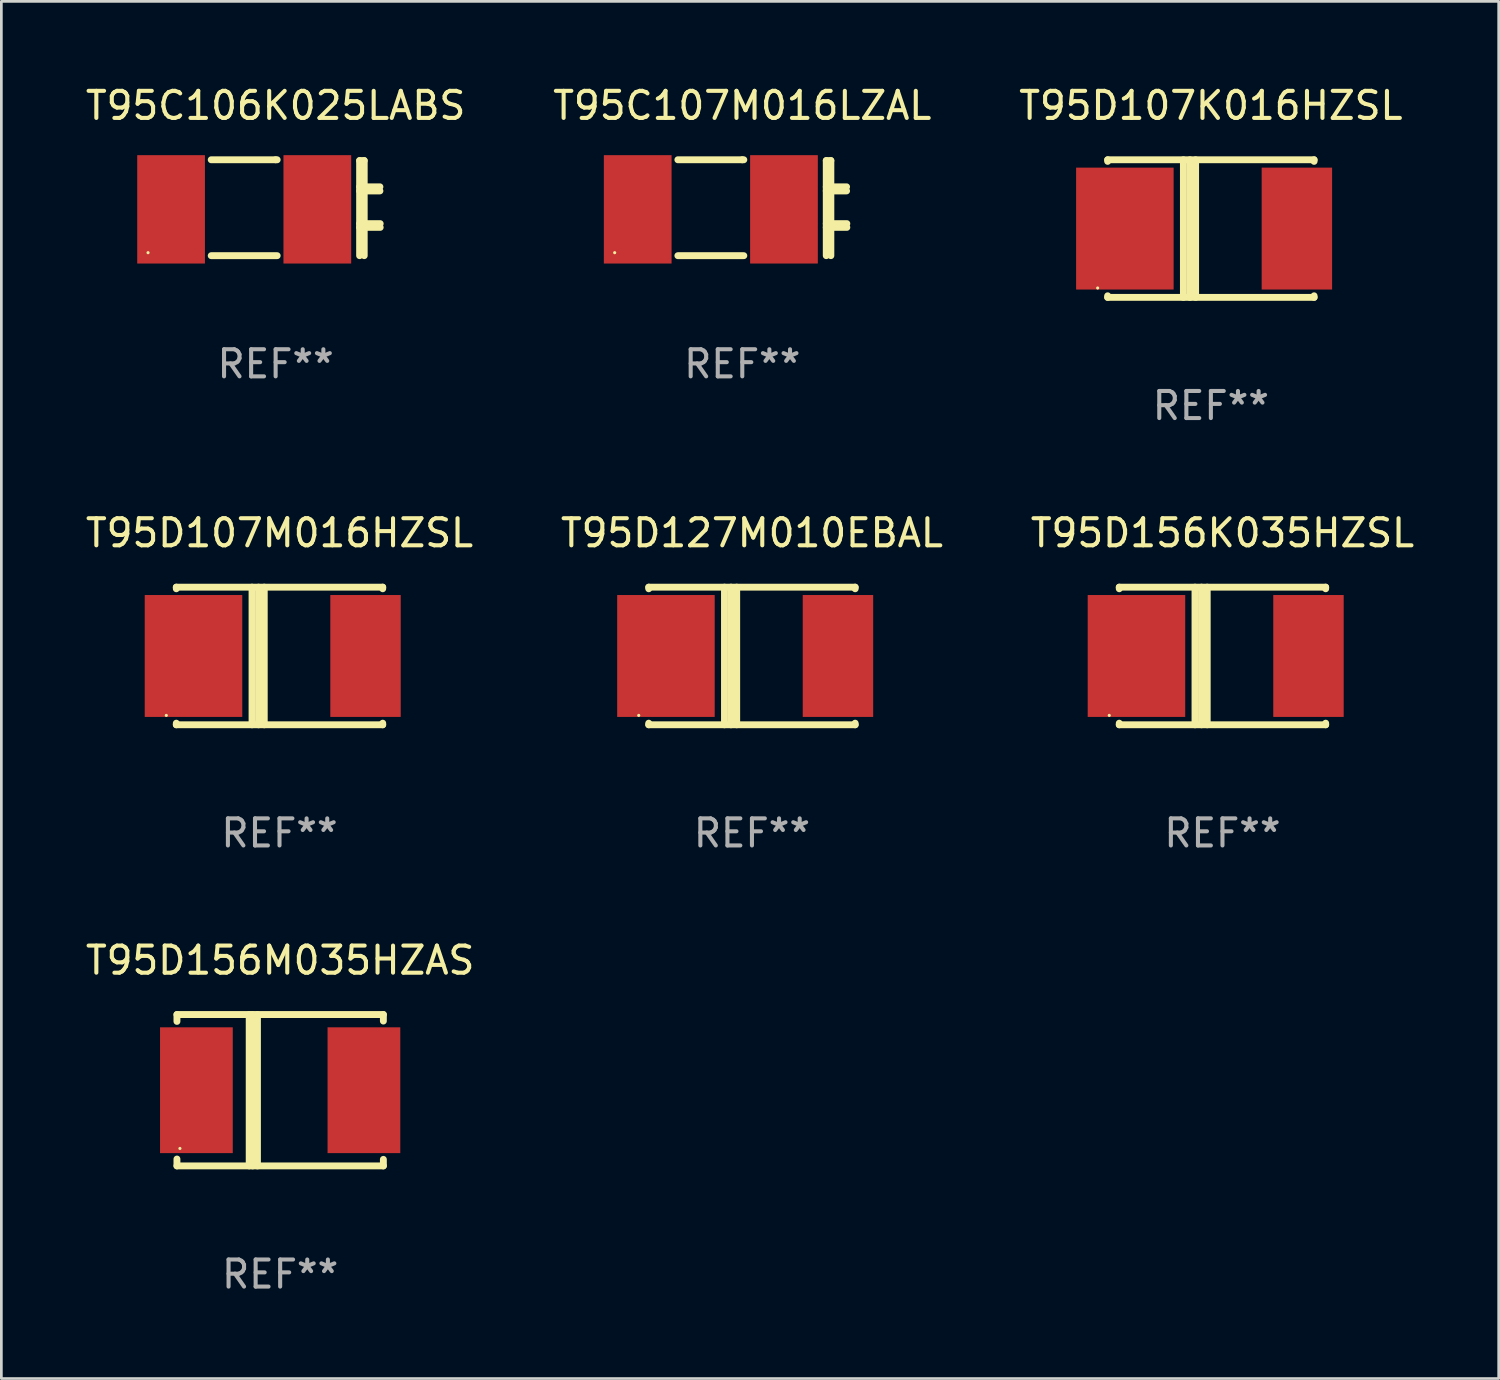
<source format=kicad_pcb>
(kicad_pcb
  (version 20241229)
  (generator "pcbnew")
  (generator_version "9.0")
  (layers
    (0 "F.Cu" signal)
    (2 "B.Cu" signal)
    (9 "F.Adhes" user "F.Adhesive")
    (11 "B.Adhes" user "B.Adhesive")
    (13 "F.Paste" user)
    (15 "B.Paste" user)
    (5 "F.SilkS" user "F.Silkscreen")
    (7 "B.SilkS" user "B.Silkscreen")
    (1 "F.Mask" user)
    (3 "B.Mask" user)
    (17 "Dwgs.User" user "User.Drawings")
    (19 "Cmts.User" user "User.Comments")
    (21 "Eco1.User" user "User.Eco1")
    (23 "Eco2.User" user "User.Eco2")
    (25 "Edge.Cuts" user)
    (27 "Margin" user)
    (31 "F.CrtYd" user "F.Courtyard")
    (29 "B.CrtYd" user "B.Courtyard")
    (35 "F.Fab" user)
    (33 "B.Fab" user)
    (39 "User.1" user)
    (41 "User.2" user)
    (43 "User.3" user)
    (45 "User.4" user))
  (footprint "T95C106K025LABS"
    (layer "F.Cu")
    (at 7.125 4.618)
    (property "Reference" "T95C106K025LABS" (at 0 -3.77 0) (layer "F.SilkS") (effects (font (size 1 1) (thickness 0.15))))
    (attr through_hole)
    (fp_line (start -2.378 -1.77) (end -0.000495 -1.77) (stroke (width 0.254) (type solid)) (layer "F.SilkS"))
    (fp_line (start -0.000495 -1.77) (end 0.057 -1.77) (stroke (width 0.254) (type solid)) (layer "F.SilkS"))
    (fp_line (start 0.057 1.77) (end -2.378 1.77) (stroke (width 0.254) (type solid)) (layer "F.SilkS"))
    (fp_line (start 3.1 -1.74) (end 3.1 1.77) (stroke (width 0.254) (type solid)) (layer "F.SilkS"))
    (fp_line (start 3.1 -1.74) (end 3.27 -1.74) (stroke (width 0.254) (type solid)) (layer "F.SilkS"))
    (fp_line (start 3.1 -0.772) (end 3.85 -0.772) (stroke (width 0.254) (type solid)) (layer "F.SilkS"))
    (fp_line (start 3.1 -0.62) (end 3.85 -0.62) (stroke (width 0.254) (type solid)) (layer "F.SilkS"))
    (fp_line (start 3.1 0.587) (end 3.86 0.587) (stroke (width 0.254) (type solid)) (layer "F.SilkS"))
    (fp_line (start 3.1 0.726) (end 3.86 0.726) (stroke (width 0.254) (type solid)) (layer "F.SilkS"))
    (fp_line (start 3.27 -1.74) (end 3.27 1.77) (stroke (width 0.254) (type solid)) (layer "F.SilkS"))
    (fp_circle (center -4.71 1.66) (end -4.68 1.66) (stroke (width 0.06) (type solid)) (fill no) (layer "F.SilkS"))
    (fp_text user "REF**" (at 0 5.77 0) (layer "F.Fab") (effects (font (size 1 1) (thickness 0.15))))
    (pad "1" smd rect (at -3.86 0.06 270) (size 4 2.5) (layers "F.Cu" "F.Mask" "F.Paste"))
    (pad "2" smd rect (at 1.539 0.06 270) (size 4 2.5) (layers "F.Cu" "F.Mask" "F.Paste")))
  (footprint "T95D127M010EBAL"
    (layer "F.Cu")
    (at 24.708 21.165)
    (property "Reference" "T95D127M010EBAL" (at 0 -4.54 0) (layer "F.SilkS") (effects (font (size 1 1) (thickness 0.15))))
    (attr through_hole)
    (fp_line (start -3.81 -2.54) (end -3.81 -2.481) (stroke (width 0.254) (type solid)) (layer "F.SilkS"))
    (fp_line (start -3.81 -2.54) (end 3.81 -2.54) (stroke (width 0.254) (type solid)) (layer "F.SilkS"))
    (fp_line (start -3.81 2.481) (end -3.81 2.54) (stroke (width 0.254) (type solid)) (layer "F.SilkS"))
    (fp_line (start -3.81 2.54) (end 3.81 2.54) (stroke (width 0.254) (type solid)) (layer "F.SilkS"))
    (fp_line (start -1.014 -2.54) (end -1.014 2.54) (stroke (width 0.254) (type solid)) (layer "F.SilkS"))
    (fp_line (start -0.774 -2.54) (end -0.774 2.54) (stroke (width 0.254) (type solid)) (layer "F.SilkS"))
    (fp_line (start -0.563 -2.54) (end -0.563 2.54) (stroke (width 0.254) (type solid)) (layer "F.SilkS"))
    (fp_line (start 3.81 -2.481) (end 3.81 -2.54) (stroke (width 0.254) (type solid)) (layer "F.SilkS"))
    (fp_line (start 3.81 2.54) (end 3.81 2.481) (stroke (width 0.254) (type solid)) (layer "F.SilkS"))
    (fp_circle (center -4.179 2.194) (end -4.149 2.194) (stroke (width 0.06) (type solid)) (fill no) (layer "F.SilkS"))
    (fp_text user "REF**" (at 0 6.54 0) (layer "F.Fab") (effects (font (size 1 1) (thickness 0.15))))
    (pad "1" smd rect (at -3.175 0.000076) (size 3.6 4.5) (layers "F.Cu" "F.Mask" "F.Paste"))
    (pad "2" smd rect (at 3.175 0.000076) (size 2.6 4.5) (layers "F.Cu" "F.Mask" "F.Paste")))
  (footprint "T95C107M016LZAL"
    (layer "F.Cu")
    (at 24.351 4.618)
    (property "Reference" "T95C107M016LZAL" (at 0 -3.77 0) (layer "F.SilkS") (effects (font (size 1 1) (thickness 0.15))))
    (attr through_hole)
    (fp_line (start -2.378 -1.77) (end -0.000495 -1.77) (stroke (width 0.254) (type solid)) (layer "F.SilkS"))
    (fp_line (start -0.000495 -1.77) (end 0.057 -1.77) (stroke (width 0.254) (type solid)) (layer "F.SilkS"))
    (fp_line (start 0.057 1.77) (end -2.378 1.77) (stroke (width 0.254) (type solid)) (layer "F.SilkS"))
    (fp_line (start 3.1 -1.74) (end 3.1 1.77) (stroke (width 0.254) (type solid)) (layer "F.SilkS"))
    (fp_line (start 3.1 -1.74) (end 3.27 -1.74) (stroke (width 0.254) (type solid)) (layer "F.SilkS"))
    (fp_line (start 3.1 -0.772) (end 3.85 -0.772) (stroke (width 0.254) (type solid)) (layer "F.SilkS"))
    (fp_line (start 3.1 -0.62) (end 3.85 -0.62) (stroke (width 0.254) (type solid)) (layer "F.SilkS"))
    (fp_line (start 3.1 0.587) (end 3.86 0.587) (stroke (width 0.254) (type solid)) (layer "F.SilkS"))
    (fp_line (start 3.1 0.726) (end 3.86 0.726) (stroke (width 0.254) (type solid)) (layer "F.SilkS"))
    (fp_line (start 3.27 -1.74) (end 3.27 1.77) (stroke (width 0.254) (type solid)) (layer "F.SilkS"))
    (fp_circle (center -4.71 1.66) (end -4.68 1.66) (stroke (width 0.06) (type solid)) (fill no) (layer "F.SilkS"))
    (fp_text user "REF**" (at 0 5.77 0) (layer "F.Fab") (effects (font (size 1 1) (thickness 0.15))))
    (pad "1" smd rect (at -3.86 0.06 270) (size 4 2.5) (layers "F.Cu" "F.Mask" "F.Paste"))
    (pad "2" smd rect (at 1.539 0.06 270) (size 4 2.5) (layers "F.Cu" "F.Mask" "F.Paste")))
  (footprint "T95D156K035HZSL"
    (layer "F.Cu")
    (at 42.077 21.165)
    (property "Reference" "T95D156K035HZSL" (at 0 -4.54 0) (layer "F.SilkS") (effects (font (size 1 1) (thickness 0.15))))
    (attr through_hole)
    (fp_line (start -3.81 -2.54) (end -3.81 -2.481) (stroke (width 0.254) (type solid)) (layer "F.SilkS"))
    (fp_line (start -3.81 -2.54) (end 3.81 -2.54) (stroke (width 0.254) (type solid)) (layer "F.SilkS"))
    (fp_line (start -3.81 2.481) (end -3.81 2.54) (stroke (width 0.254) (type solid)) (layer "F.SilkS"))
    (fp_line (start -3.81 2.54) (end 3.81 2.54) (stroke (width 0.254) (type solid)) (layer "F.SilkS"))
    (fp_line (start -1.014 -2.54) (end -1.014 2.54) (stroke (width 0.254) (type solid)) (layer "F.SilkS"))
    (fp_line (start -0.774 -2.54) (end -0.774 2.54) (stroke (width 0.254) (type solid)) (layer "F.SilkS"))
    (fp_line (start -0.563 -2.54) (end -0.563 2.54) (stroke (width 0.254) (type solid)) (layer "F.SilkS"))
    (fp_line (start 3.81 -2.481) (end 3.81 -2.54) (stroke (width 0.254) (type solid)) (layer "F.SilkS"))
    (fp_line (start 3.81 2.54) (end 3.81 2.481) (stroke (width 0.254) (type solid)) (layer "F.SilkS"))
    (fp_circle (center -4.179 2.194) (end -4.149 2.194) (stroke (width 0.06) (type solid)) (fill no) (layer "F.SilkS"))
    (fp_text user "REF**" (at 0 6.54 0) (layer "F.Fab") (effects (font (size 1 1) (thickness 0.15))))
    (pad "1" smd rect (at -3.175 0.000076) (size 3.6 4.5) (layers "F.Cu" "F.Mask" "F.Paste"))
    (pad "2" smd rect (at 3.175 0.000076) (size 2.6 4.5) (layers "F.Cu" "F.Mask" "F.Paste")))
  (footprint "T95D156M035HZAS"
    (layer "F.Cu")
    (at 7.292 37.195)
    (property "Reference" "T95D156M035HZAS" (at 0 -4.794 0) (layer "F.SilkS") (effects (font (size 1 1) (thickness 0.15))))
    (attr through_hole)
    (fp_line (start -3.81 -2.794) (end 3.81 -2.794) (stroke (width 0.254) (type solid)) (layer "F.SilkS"))
    (fp_line (start -3.81 -2.54) (end -3.81 -2.794) (stroke (width 0.254) (type solid)) (layer "F.SilkS"))
    (fp_line (start -3.81 2.794) (end -3.81 2.54) (stroke (width 0.254) (type solid)) (layer "F.SilkS"))
    (fp_line (start -1.143 -2.794) (end -1.143 2.794) (stroke (width 0.254) (type solid)) (layer "F.SilkS"))
    (fp_line (start -1.016 2.794) (end -1.016 -2.794) (stroke (width 0.254) (type solid)) (layer "F.SilkS"))
    (fp_line (start -0.838 -2.794) (end -0.838 2.794) (stroke (width 0.254) (type solid)) (layer "F.SilkS"))
    (fp_line (start 3.81 -2.794) (end 3.81 -2.553) (stroke (width 0.254) (type solid)) (layer "F.SilkS"))
    (fp_line (start 3.81 2.553) (end 3.81 2.794) (stroke (width 0.254) (type solid)) (layer "F.SilkS"))
    (fp_line (start 3.81 2.794) (end -3.81 2.794) (stroke (width 0.254) (type solid)) (layer "F.SilkS"))
    (fp_circle (center -3.7 2.15) (end -3.67 2.15) (stroke (width 0.06) (type solid)) (fill no) (layer "F.SilkS"))
    (fp_text user "REF**" (at 0 6.794 0) (layer "F.Fab") (effects (font (size 1 1) (thickness 0.15))))
    (pad "1" smd rect (at -3.092 0) (size 2.685 4.644) (layers "F.Cu" "F.Mask" "F.Paste"))
    (pad "2" smd rect (at 3.092 0) (size 2.685 4.644) (layers "F.Cu" "F.Mask" "F.Paste")))
  (footprint "T95D107K016HZSL"
    (layer "F.Cu")
    (at 41.649 5.388)
    (property "Reference" "T95D107K016HZSL" (at 0 -4.54 0) (layer "F.SilkS") (effects (font (size 1 1) (thickness 0.15))))
    (attr through_hole)
    (fp_line (start -3.81 -2.54) (end -3.81 -2.481) (stroke (width 0.254) (type solid)) (layer "F.SilkS"))
    (fp_line (start -3.81 -2.54) (end 3.81 -2.54) (stroke (width 0.254) (type solid)) (layer "F.SilkS"))
    (fp_line (start -3.81 2.481) (end -3.81 2.54) (stroke (width 0.254) (type solid)) (layer "F.SilkS"))
    (fp_line (start -3.81 2.54) (end 3.81 2.54) (stroke (width 0.254) (type solid)) (layer "F.SilkS"))
    (fp_line (start -1.014 -2.54) (end -1.014 2.54) (stroke (width 0.254) (type solid)) (layer "F.SilkS"))
    (fp_line (start -0.774 -2.54) (end -0.774 2.54) (stroke (width 0.254) (type solid)) (layer "F.SilkS"))
    (fp_line (start -0.563 -2.54) (end -0.563 2.54) (stroke (width 0.254) (type solid)) (layer "F.SilkS"))
    (fp_line (start 3.81 -2.481) (end 3.81 -2.54) (stroke (width 0.254) (type solid)) (layer "F.SilkS"))
    (fp_line (start 3.81 2.54) (end 3.81 2.481) (stroke (width 0.254) (type solid)) (layer "F.SilkS"))
    (fp_circle (center -4.179 2.194) (end -4.149 2.194) (stroke (width 0.06) (type solid)) (fill no) (layer "F.SilkS"))
    (fp_text user "REF**" (at 0 6.54 0) (layer "F.Fab") (effects (font (size 1 1) (thickness 0.15))))
    (pad "1" smd rect (at -3.175 0.000076) (size 3.6 4.5) (layers "F.Cu" "F.Mask" "F.Paste"))
    (pad "2" smd rect (at 3.175 0.000076) (size 2.6 4.5) (layers "F.Cu" "F.Mask" "F.Paste")))
  (footprint "T95D107M016HZSL"
    (layer "F.Cu")
    (at 7.268 21.165)
    (property "Reference" "T95D107M016HZSL" (at 0 -4.54 0) (layer "F.SilkS") (effects (font (size 1 1) (thickness 0.15))))
    (attr through_hole)
    (fp_line (start -3.81 -2.54) (end -3.81 -2.481) (stroke (width 0.254) (type solid)) (layer "F.SilkS"))
    (fp_line (start -3.81 -2.54) (end 3.81 -2.54) (stroke (width 0.254) (type solid)) (layer "F.SilkS"))
    (fp_line (start -3.81 2.481) (end -3.81 2.54) (stroke (width 0.254) (type solid)) (layer "F.SilkS"))
    (fp_line (start -3.81 2.54) (end 3.81 2.54) (stroke (width 0.254) (type solid)) (layer "F.SilkS"))
    (fp_line (start -1.014 -2.54) (end -1.014 2.54) (stroke (width 0.254) (type solid)) (layer "F.SilkS"))
    (fp_line (start -0.774 -2.54) (end -0.774 2.54) (stroke (width 0.254) (type solid)) (layer "F.SilkS"))
    (fp_line (start -0.563 -2.54) (end -0.563 2.54) (stroke (width 0.254) (type solid)) (layer "F.SilkS"))
    (fp_line (start 3.81 -2.481) (end 3.81 -2.54) (stroke (width 0.254) (type solid)) (layer "F.SilkS"))
    (fp_line (start 3.81 2.54) (end 3.81 2.481) (stroke (width 0.254) (type solid)) (layer "F.SilkS"))
    (fp_circle (center -4.179 2.194) (end -4.149 2.194) (stroke (width 0.06) (type solid)) (fill no) (layer "F.SilkS"))
    (fp_text user "REF**" (at 0 6.54 0) (layer "F.Fab") (effects (font (size 1 1) (thickness 0.15))))
    (pad "1" smd rect (at -3.175 0.000076) (size 3.6 4.5) (layers "F.Cu" "F.Mask" "F.Paste"))
    (pad "2" smd rect (at 3.175 0.000076) (size 2.6 4.5) (layers "F.Cu" "F.Mask" "F.Paste")))
  (gr_rect
    (start -3 -3)
    (end 52.274 47.838)
    (stroke (width 0.1) (type default))
    (fill no)
    (layer "Edge.Cuts")))
</source>
